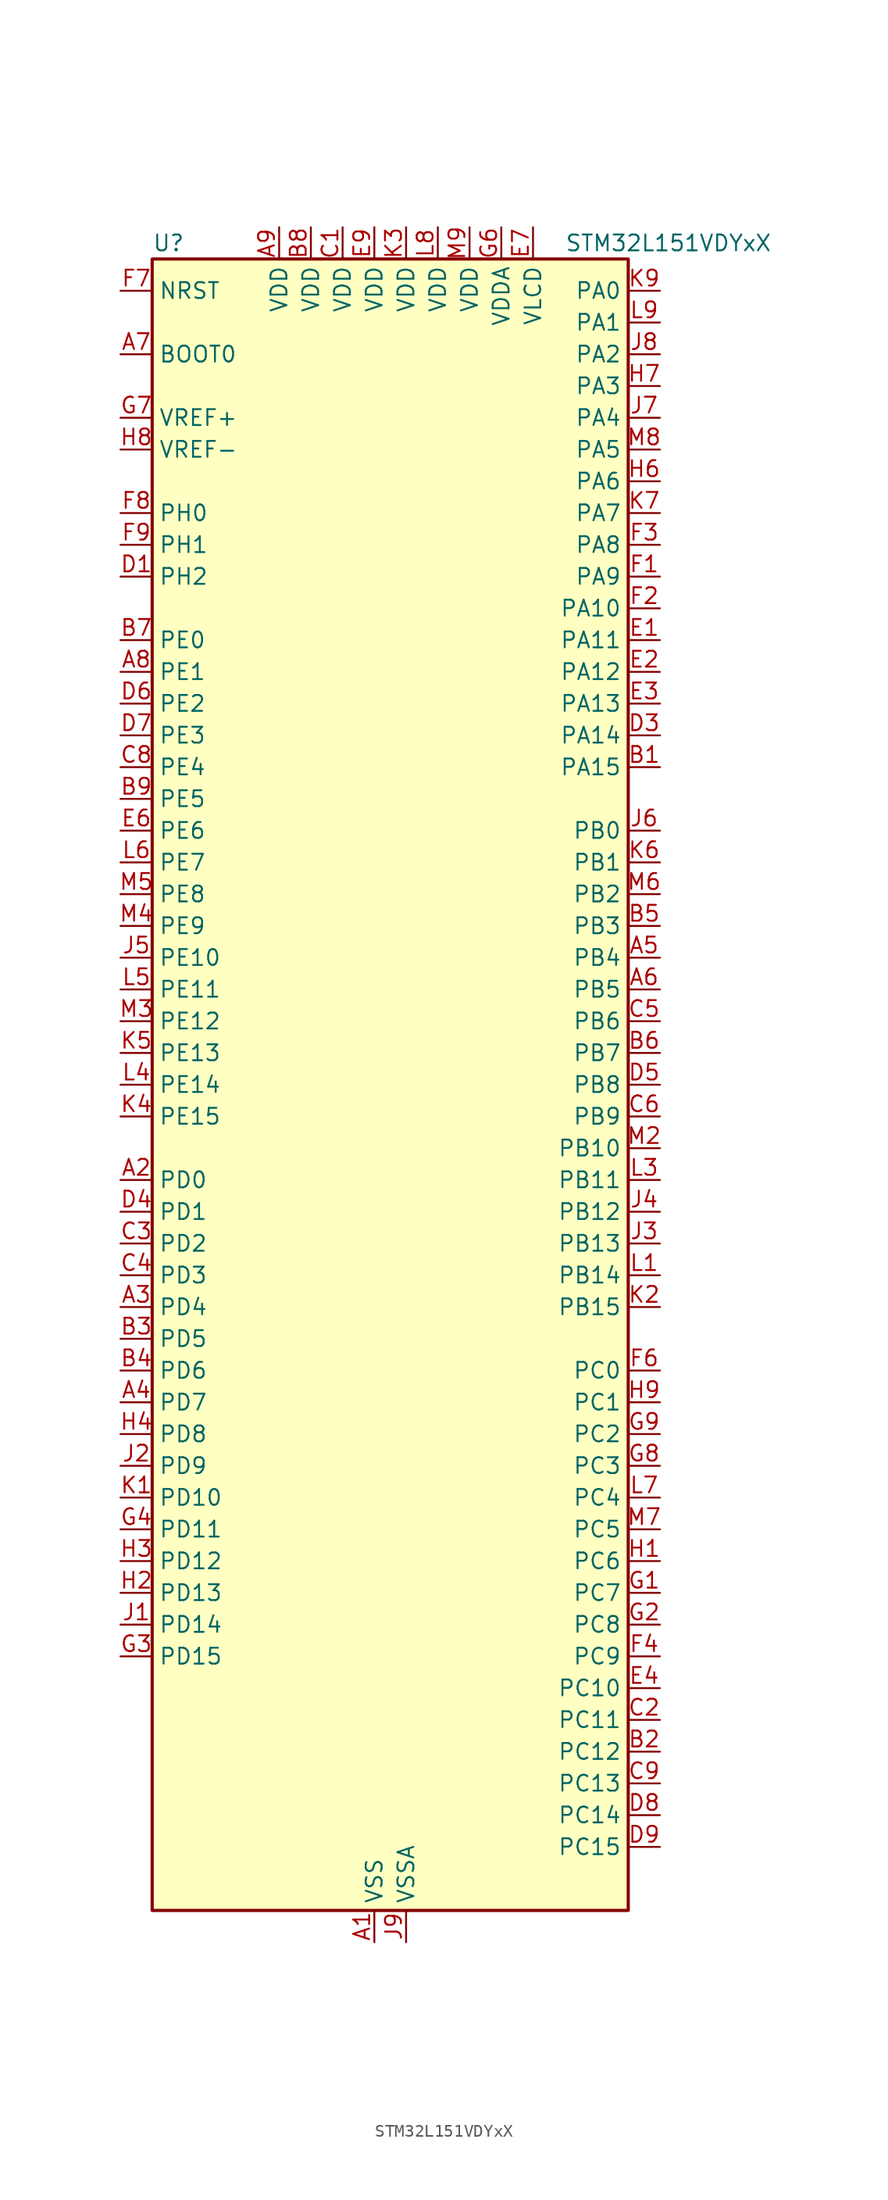
<source format=kicad_sym>
(kicad_symbol_lib
  (version 20220914)
  (generator kicad_symbol_editor)
  (symbol "STM32L151VDYxX"
    (property "Reference" "U"
      (at -17.78 67.31 0)
      (effects (font (size 1.27 1.27)) (justify left)))
    (property "Value" "STM32L151VDYxX"
      (at 15.24 67.31 0)
      (effects (font (size 1.27 1.27)) (justify left)))
    (property "ki_locked" ""
      (at 0 0 0)
      (effects (font (size 1.27 1.27))))
    (symbol "STM32L151VDYxX_0_1"
      (rectangle (start -17.78 -66.04) (end 20.32 66.04) (stroke (width 0.254) (type default)) (fill (type background))))
    (symbol "STM32L151VDYxX_1_1"
      (pin power_in line (at 0 -68.58 90) (length 2.54) (name "VSS" (effects (font (size 1.27 1.27)))) (number "A1" (effects (font (size 1.27 1.27)))))
      (pin bidirectional line (at -20.32 -7.62 0) (length 2.54) (name "PD0" (effects (font (size 1.27 1.27)))) (number "A2" (effects (font (size 1.27 1.27)))) (alternate "I2S2_WS" bidirectional line) (alternate "SPI2_NSS" bidirectional line) (alternate "TIM9_CH1" bidirectional line) (alternate "TIMX_IC1" bidirectional line))
      (pin bidirectional line (at -20.32 -17.78 0) (length 2.54) (name "PD4" (effects (font (size 1.27 1.27)))) (number "A3" (effects (font (size 1.27 1.27)))) (alternate "I2S2_SD" bidirectional line) (alternate "SPI2_MOSI" bidirectional line) (alternate "TIMX_IC1" bidirectional line) (alternate "USART2_RTS" bidirectional line))
      (pin bidirectional line (at -20.32 -25.4 0) (length 2.54) (name "PD7" (effects (font (size 1.27 1.27)))) (number "A4" (effects (font (size 1.27 1.27)))) (alternate "TIM9_CH2" bidirectional line) (alternate "TIMX_IC4" bidirectional line) (alternate "USART2_CK" bidirectional line))
      (pin bidirectional line (at 22.86 10.16 180) (length 2.54) (name "PB4" (effects (font (size 1.27 1.27)))) (number "A5" (effects (font (size 1.27 1.27)))) (alternate "COMP2_INP" bidirectional line) (alternate "SPI1_MISO" bidirectional line) (alternate "SPI3_MISO" bidirectional line) (alternate "SYS_JTRST" bidirectional line) (alternate "TIM3_CH1" bidirectional line) (alternate "TS_G6_IO1" bidirectional line))
      (pin bidirectional line (at 22.86 7.62 180) (length 2.54) (name "PB5" (effects (font (size 1.27 1.27)))) (number "A6" (effects (font (size 1.27 1.27)))) (alternate "COMP2_INP" bidirectional line) (alternate "I2C1_SMBA" bidirectional line) (alternate "I2S3_SD" bidirectional line) (alternate "SPI1_MOSI" bidirectional line) (alternate "SPI3_MOSI" bidirectional line) (alternate "TIM3_CH2" bidirectional line) (alternate "TS_G6_IO2" bidirectional line))
      (pin input line (at -20.32 58.42 0) (length 2.54) (name "BOOT0" (effects (font (size 1.27 1.27)))) (number "A7" (effects (font (size 1.27 1.27)))))
      (pin bidirectional line (at -20.32 33.02 0) (length 2.54) (name "PE1" (effects (font (size 1.27 1.27)))) (number "A8" (effects (font (size 1.27 1.27)))) (alternate "TIM11_CH1" bidirectional line) (alternate "TIMX_IC2" bidirectional line))
      (pin power_in line (at -7.62 68.58 270) (length 2.54) (name "VDD" (effects (font (size 1.27 1.27)))) (number "A9" (effects (font (size 1.27 1.27)))))
      (pin bidirectional line (at 22.86 25.4 180) (length 2.54) (name "PA15" (effects (font (size 1.27 1.27)))) (number "B1" (effects (font (size 1.27 1.27)))) (alternate "ADC_EXTI15" bidirectional line) (alternate "I2S3_WS" bidirectional line) (alternate "SPI1_NSS" bidirectional line) (alternate "SPI3_NSS" bidirectional line) (alternate "SYS_JTDI" bidirectional line) (alternate "TIM2_CH1" bidirectional line) (alternate "TIM2_ETR" bidirectional line) (alternate "TIMX_IC4" bidirectional line) (alternate "TS_G5_IO3" bidirectional line))
      (pin bidirectional line (at 22.86 -53.34 180) (length 2.54) (name "PC12" (effects (font (size 1.27 1.27)))) (number "B2" (effects (font (size 1.27 1.27)))) (alternate "I2S3_SD" bidirectional line) (alternate "SPI3_MOSI" bidirectional line) (alternate "TIMX_IC1" bidirectional line) (alternate "UART5_TX" bidirectional line) (alternate "USART3_CK" bidirectional line))
      (pin bidirectional line (at -20.32 -20.32 0) (length 2.54) (name "PD5" (effects (font (size 1.27 1.27)))) (number "B3" (effects (font (size 1.27 1.27)))) (alternate "TIMX_IC2" bidirectional line) (alternate "USART2_TX" bidirectional line))
      (pin bidirectional line (at -20.32 -22.86 0) (length 2.54) (name "PD6" (effects (font (size 1.27 1.27)))) (number "B4" (effects (font (size 1.27 1.27)))) (alternate "TIMX_IC3" bidirectional line) (alternate "USART2_RX" bidirectional line))
      (pin bidirectional line (at 22.86 12.7 180) (length 2.54) (name "PB3" (effects (font (size 1.27 1.27)))) (number "B5" (effects (font (size 1.27 1.27)))) (alternate "COMP2_INM" bidirectional line) (alternate "I2S3_CK" bidirectional line) (alternate "SPI1_SCK" bidirectional line) (alternate "SPI3_SCK" bidirectional line) (alternate "SYS_JTDO-TRACESWO" bidirectional line) (alternate "TIM2_CH2" bidirectional line))
      (pin bidirectional line (at 22.86 2.54 180) (length 2.54) (name "PB7" (effects (font (size 1.27 1.27)))) (number "B6" (effects (font (size 1.27 1.27)))) (alternate "COMP2_INP" bidirectional line) (alternate "I2C1_SDA" bidirectional line) (alternate "SYS_PVD_IN" bidirectional line) (alternate "TIM4_CH2" bidirectional line) (alternate "TS_G6_IO4" bidirectional line) (alternate "USART1_RX" bidirectional line))
      (pin bidirectional line (at -20.32 35.56 0) (length 2.54) (name "PE0" (effects (font (size 1.27 1.27)))) (number "B7" (effects (font (size 1.27 1.27)))) (alternate "TIM10_CH1" bidirectional line) (alternate "TIM4_ETR" bidirectional line) (alternate "TIMX_IC1" bidirectional line))
      (pin power_in line (at -5.08 68.58 270) (length 2.54) (name "VDD" (effects (font (size 1.27 1.27)))) (number "B8" (effects (font (size 1.27 1.27)))))
      (pin bidirectional line (at -20.32 22.86 0) (length 2.54) (name "PE5" (effects (font (size 1.27 1.27)))) (number "B9" (effects (font (size 1.27 1.27)))) (alternate "SYS_TRACED2" bidirectional line) (alternate "TIM9_CH1" bidirectional line) (alternate "TIMX_IC2" bidirectional line))
      (pin power_in line (at -2.54 68.58 270) (length 2.54) (name "VDD" (effects (font (size 1.27 1.27)))) (number "C1" (effects (font (size 1.27 1.27)))))
      (pin bidirectional line (at 22.86 -50.8 180) (length 2.54) (name "PC11" (effects (font (size 1.27 1.27)))) (number "C2" (effects (font (size 1.27 1.27)))) (alternate "ADC_EXTI11" bidirectional line) (alternate "SPI3_MISO" bidirectional line) (alternate "TIMX_IC4" bidirectional line) (alternate "UART4_RX" bidirectional line) (alternate "USART3_RX" bidirectional line))
      (pin bidirectional line (at -20.32 -12.7 0) (length 2.54) (name "PD2" (effects (font (size 1.27 1.27)))) (number "C3" (effects (font (size 1.27 1.27)))) (alternate "TIM3_ETR" bidirectional line) (alternate "TIMX_IC3" bidirectional line) (alternate "UART5_RX" bidirectional line))
      (pin bidirectional line (at -20.32 -15.24 0) (length 2.54) (name "PD3" (effects (font (size 1.27 1.27)))) (number "C4" (effects (font (size 1.27 1.27)))) (alternate "SPI2_MISO" bidirectional line) (alternate "TIMX_IC4" bidirectional line) (alternate "USART2_CTS" bidirectional line))
      (pin bidirectional line (at 22.86 5.08 180) (length 2.54) (name "PB6" (effects (font (size 1.27 1.27)))) (number "C5" (effects (font (size 1.27 1.27)))) (alternate "COMP2_INP" bidirectional line) (alternate "I2C1_SCL" bidirectional line) (alternate "TIM4_CH1" bidirectional line) (alternate "TS_G6_IO3" bidirectional line) (alternate "USART1_TX" bidirectional line))
      (pin bidirectional line (at 22.86 -2.54 180) (length 2.54) (name "PB9" (effects (font (size 1.27 1.27)))) (number "C6" (effects (font (size 1.27 1.27)))) (alternate "DAC_EXTI9" bidirectional line) (alternate "I2C1_SDA" bidirectional line) (alternate "TIM11_CH1" bidirectional line) (alternate "TIM4_CH4" bidirectional line))
      (pin passive line (at 0 -68.58 90) (length 2.54) hide (name "VSS" (effects (font (size 1.27 1.27)))) (number "C7" (effects (font (size 1.27 1.27)))))
      (pin bidirectional line (at -20.32 25.4 0) (length 2.54) (name "PE4" (effects (font (size 1.27 1.27)))) (number "C8" (effects (font (size 1.27 1.27)))) (alternate "SYS_TRACED1" bidirectional line) (alternate "TIM3_CH2" bidirectional line) (alternate "TIMX_IC1" bidirectional line))
      (pin bidirectional line (at 22.86 -55.88 180) (length 2.54) (name "PC13" (effects (font (size 1.27 1.27)))) (number "C9" (effects (font (size 1.27 1.27)))) (alternate "RTC_OUT_ALARM" bidirectional line) (alternate "RTC_OUT_CALIB" bidirectional line) (alternate "RTC_TAMP1" bidirectional line) (alternate "RTC_TS" bidirectional line) (alternate "SYS_WKUP2" bidirectional line) (alternate "TIMX_IC2" bidirectional line))
      (pin bidirectional line (at -20.32 40.64 0) (length 2.54) (name "PH2" (effects (font (size 1.27 1.27)))) (number "D1" (effects (font (size 1.27 1.27)))))
      (pin passive line (at 0 -68.58 90) (length 2.54) hide (name "VSS" (effects (font (size 1.27 1.27)))) (number "D2" (effects (font (size 1.27 1.27)))))
      (pin bidirectional line (at 22.86 27.94 180) (length 2.54) (name "PA14" (effects (font (size 1.27 1.27)))) (number "D3" (effects (font (size 1.27 1.27)))) (alternate "SYS_JTCK-SWCLK" bidirectional line) (alternate "TIMX_IC3" bidirectional line) (alternate "TS_G5_IO2" bidirectional line))
      (pin bidirectional line (at -20.32 -10.16 0) (length 2.54) (name "PD1" (effects (font (size 1.27 1.27)))) (number "D4" (effects (font (size 1.27 1.27)))) (alternate "I2S2_CK" bidirectional line) (alternate "SPI2_SCK" bidirectional line) (alternate "TIMX_IC2" bidirectional line))
      (pin bidirectional line (at 22.86 0 180) (length 2.54) (name "PB8" (effects (font (size 1.27 1.27)))) (number "D5" (effects (font (size 1.27 1.27)))) (alternate "I2C1_SCL" bidirectional line) (alternate "TIM10_CH1" bidirectional line) (alternate "TIM4_CH3" bidirectional line))
      (pin bidirectional line (at -20.32 30.48 0) (length 2.54) (name "PE2" (effects (font (size 1.27 1.27)))) (number "D6" (effects (font (size 1.27 1.27)))) (alternate "SYS_TRACECK" bidirectional line) (alternate "TIM3_ETR" bidirectional line) (alternate "TIMX_IC3" bidirectional line))
      (pin bidirectional line (at -20.32 27.94 0) (length 2.54) (name "PE3" (effects (font (size 1.27 1.27)))) (number "D7" (effects (font (size 1.27 1.27)))) (alternate "SYS_TRACED0" bidirectional line) (alternate "TIM3_CH1" bidirectional line) (alternate "TIMX_IC4" bidirectional line))
      (pin bidirectional line (at 22.86 -58.42 180) (length 2.54) (name "PC14" (effects (font (size 1.27 1.27)))) (number "D8" (effects (font (size 1.27 1.27)))) (alternate "RCC_OSC32_IN" bidirectional line) (alternate "TIMX_IC3" bidirectional line))
      (pin bidirectional line (at 22.86 -60.96 180) (length 2.54) (name "PC15" (effects (font (size 1.27 1.27)))) (number "D9" (effects (font (size 1.27 1.27)))) (alternate "ADC_EXTI15" bidirectional line) (alternate "RCC_OSC32_OUT" bidirectional line) (alternate "TIMX_IC4" bidirectional line))
      (pin bidirectional line (at 22.86 35.56 180) (length 2.54) (name "PA11" (effects (font (size 1.27 1.27)))) (number "E1" (effects (font (size 1.27 1.27)))) (alternate "ADC_EXTI11" bidirectional line) (alternate "SPI1_MISO" bidirectional line) (alternate "TIMX_IC4" bidirectional line) (alternate "USART1_CTS" bidirectional line) (alternate "USB_DM" bidirectional line))
      (pin bidirectional line (at 22.86 33.02 180) (length 2.54) (name "PA12" (effects (font (size 1.27 1.27)))) (number "E2" (effects (font (size 1.27 1.27)))) (alternate "SPI1_MOSI" bidirectional line) (alternate "TIMX_IC1" bidirectional line) (alternate "USART1_RTS" bidirectional line) (alternate "USB_DP" bidirectional line))
      (pin bidirectional line (at 22.86 30.48 180) (length 2.54) (name "PA13" (effects (font (size 1.27 1.27)))) (number "E3" (effects (font (size 1.27 1.27)))) (alternate "SYS_JTMS-SWDIO" bidirectional line) (alternate "TIMX_IC2" bidirectional line) (alternate "TS_G5_IO1" bidirectional line))
      (pin bidirectional line (at 22.86 -48.26 180) (length 2.54) (name "PC10" (effects (font (size 1.27 1.27)))) (number "E4" (effects (font (size 1.27 1.27)))) (alternate "I2S3_CK" bidirectional line) (alternate "SPI3_SCK" bidirectional line) (alternate "TIMX_IC3" bidirectional line) (alternate "UART4_TX" bidirectional line) (alternate "USART3_TX" bidirectional line))
      (pin bidirectional line (at -20.32 20.32 0) (length 2.54) (name "PE6" (effects (font (size 1.27 1.27)))) (number "E6" (effects (font (size 1.27 1.27)))) (alternate "RTC_TAMP3" bidirectional line) (alternate "SYS_TRACED3" bidirectional line) (alternate "SYS_WKUP3" bidirectional line) (alternate "TIM9_CH2" bidirectional line) (alternate "TIMX_IC3" bidirectional line))
      (pin power_in line (at 12.7 68.58 270) (length 2.54) (name "VLCD" (effects (font (size 1.27 1.27)))) (number "E7" (effects (font (size 1.27 1.27)))))
      (pin passive line (at 0 -68.58 90) (length 2.54) hide (name "VSS" (effects (font (size 1.27 1.27)))) (number "E8" (effects (font (size 1.27 1.27)))))
      (pin power_in line (at 0 68.58 270) (length 2.54) (name "VDD" (effects (font (size 1.27 1.27)))) (number "E9" (effects (font (size 1.27 1.27)))))
      (pin bidirectional line (at 22.86 40.64 180) (length 2.54) (name "PA9" (effects (font (size 1.27 1.27)))) (number "F1" (effects (font (size 1.27 1.27)))) (alternate "DAC_EXTI9" bidirectional line) (alternate "TIMX_IC2" bidirectional line) (alternate "TS_G4_IO2" bidirectional line) (alternate "USART1_TX" bidirectional line))
      (pin bidirectional line (at 22.86 38.1 180) (length 2.54) (name "PA10" (effects (font (size 1.27 1.27)))) (number "F2" (effects (font (size 1.27 1.27)))) (alternate "TIMX_IC3" bidirectional line) (alternate "TS_G4_IO3" bidirectional line) (alternate "USART1_RX" bidirectional line))
      (pin bidirectional line (at 22.86 43.18 180) (length 2.54) (name "PA8" (effects (font (size 1.27 1.27)))) (number "F3" (effects (font (size 1.27 1.27)))) (alternate "RCC_MCO" bidirectional line) (alternate "TIMX_IC1" bidirectional line) (alternate "TS_G4_IO1" bidirectional line) (alternate "USART1_CK" bidirectional line))
      (pin bidirectional line (at 22.86 -45.72 180) (length 2.54) (name "PC9" (effects (font (size 1.27 1.27)))) (number "F4" (effects (font (size 1.27 1.27)))) (alternate "DAC_EXTI9" bidirectional line) (alternate "TIM3_CH4" bidirectional line) (alternate "TIMX_IC2" bidirectional line) (alternate "TS_G10_IO4" bidirectional line))
      (pin bidirectional line (at 22.86 -22.86 180) (length 2.54) (name "PC0" (effects (font (size 1.27 1.27)))) (number "F6" (effects (font (size 1.27 1.27)))) (alternate "ADC_IN10" bidirectional line) (alternate "COMP1_INP" bidirectional line) (alternate "TIMX_IC1" bidirectional line) (alternate "TS_G8_IO1" bidirectional line))
      (pin input line (at -20.32 63.5 0) (length 2.54) (name "NRST" (effects (font (size 1.27 1.27)))) (number "F7" (effects (font (size 1.27 1.27)))))
      (pin bidirectional line (at -20.32 45.72 0) (length 2.54) (name "PH0" (effects (font (size 1.27 1.27)))) (number "F8" (effects (font (size 1.27 1.27)))) (alternate "RCC_OSC_IN" bidirectional line))
      (pin bidirectional line (at -20.32 43.18 0) (length 2.54) (name "PH1" (effects (font (size 1.27 1.27)))) (number "F9" (effects (font (size 1.27 1.27)))) (alternate "RCC_OSC_OUT" bidirectional line))
      (pin bidirectional line (at 22.86 -40.64 180) (length 2.54) (name "PC7" (effects (font (size 1.27 1.27)))) (number "G1" (effects (font (size 1.27 1.27)))) (alternate "I2S3_MCK" bidirectional line) (alternate "TIM3_CH2" bidirectional line) (alternate "TIMX_IC4" bidirectional line) (alternate "TS_G10_IO2" bidirectional line))
      (pin bidirectional line (at 22.86 -43.18 180) (length 2.54) (name "PC8" (effects (font (size 1.27 1.27)))) (number "G2" (effects (font (size 1.27 1.27)))) (alternate "TIM3_CH3" bidirectional line) (alternate "TIMX_IC1" bidirectional line) (alternate "TS_G10_IO3" bidirectional line))
      (pin bidirectional line (at -20.32 -45.72 0) (length 2.54) (name "PD15" (effects (font (size 1.27 1.27)))) (number "G3" (effects (font (size 1.27 1.27)))) (alternate "ADC_EXTI15" bidirectional line) (alternate "TIM4_CH4" bidirectional line) (alternate "TIMX_IC4" bidirectional line))
      (pin bidirectional line (at -20.32 -35.56 0) (length 2.54) (name "PD11" (effects (font (size 1.27 1.27)))) (number "G4" (effects (font (size 1.27 1.27)))) (alternate "ADC_EXTI11" bidirectional line) (alternate "TIMX_IC4" bidirectional line) (alternate "USART3_CTS" bidirectional line))
      (pin power_in line (at 10.16 68.58 270) (length 2.54) (name "VDDA" (effects (font (size 1.27 1.27)))) (number "G6" (effects (font (size 1.27 1.27)))))
      (pin input line (at -20.32 53.34 0) (length 2.54) (name "VREF+" (effects (font (size 1.27 1.27)))) (number "G7" (effects (font (size 1.27 1.27)))))
      (pin bidirectional line (at 22.86 -30.48 180) (length 2.54) (name "PC3" (effects (font (size 1.27 1.27)))) (number "G8" (effects (font (size 1.27 1.27)))) (alternate "ADC_IN13" bidirectional line) (alternate "COMP1_INP" bidirectional line) (alternate "TIMX_IC4" bidirectional line) (alternate "TS_G8_IO4" bidirectional line))
      (pin bidirectional line (at 22.86 -27.94 180) (length 2.54) (name "PC2" (effects (font (size 1.27 1.27)))) (number "G9" (effects (font (size 1.27 1.27)))) (alternate "ADC_IN12" bidirectional line) (alternate "COMP1_INP" bidirectional line) (alternate "TIMX_IC3" bidirectional line) (alternate "TS_G8_IO3" bidirectional line))
      (pin bidirectional line (at 22.86 -38.1 180) (length 2.54) (name "PC6" (effects (font (size 1.27 1.27)))) (number "H1" (effects (font (size 1.27 1.27)))) (alternate "I2S2_MCK" bidirectional line) (alternate "TIM3_CH1" bidirectional line) (alternate "TIMX_IC3" bidirectional line) (alternate "TS_G10_IO1" bidirectional line))
      (pin bidirectional line (at -20.32 -40.64 0) (length 2.54) (name "PD13" (effects (font (size 1.27 1.27)))) (number "H2" (effects (font (size 1.27 1.27)))) (alternate "TIM4_CH2" bidirectional line) (alternate "TIMX_IC2" bidirectional line))
      (pin bidirectional line (at -20.32 -38.1 0) (length 2.54) (name "PD12" (effects (font (size 1.27 1.27)))) (number "H3" (effects (font (size 1.27 1.27)))) (alternate "TIM4_CH1" bidirectional line) (alternate "TIMX_IC1" bidirectional line) (alternate "USART3_RTS" bidirectional line))
      (pin bidirectional line (at -20.32 -27.94 0) (length 2.54) (name "PD8" (effects (font (size 1.27 1.27)))) (number "H4" (effects (font (size 1.27 1.27)))) (alternate "TIMX_IC1" bidirectional line) (alternate "USART3_TX" bidirectional line))
      (pin bidirectional line (at 22.86 48.26 180) (length 2.54) (name "PA6" (effects (font (size 1.27 1.27)))) (number "H6" (effects (font (size 1.27 1.27)))) (alternate "ADC_IN6" bidirectional line) (alternate "COMP1_INP" bidirectional line) (alternate "OPAMP2_VINP" bidirectional line) (alternate "SPI1_MISO" bidirectional line) (alternate "TIM10_CH1" bidirectional line) (alternate "TIM3_CH1" bidirectional line) (alternate "TIMX_IC3" bidirectional line) (alternate "TS_G2_IO1" bidirectional line))
      (pin bidirectional line (at 22.86 55.88 180) (length 2.54) (name "PA3" (effects (font (size 1.27 1.27)))) (number "H7" (effects (font (size 1.27 1.27)))) (alternate "ADC_IN3" bidirectional line) (alternate "COMP1_INP" bidirectional line) (alternate "OPAMP1_VOUT" bidirectional line) (alternate "TIM2_CH4" bidirectional line) (alternate "TIM5_CH4" bidirectional line) (alternate "TIM9_CH2" bidirectional line) (alternate "TIMX_IC4" bidirectional line) (alternate "TS_G1_IO4" bidirectional line) (alternate "USART2_RX" bidirectional line))
      (pin input line (at -20.32 50.8 0) (length 2.54) (name "VREF-" (effects (font (size 1.27 1.27)))) (number "H8" (effects (font (size 1.27 1.27)))))
      (pin bidirectional line (at 22.86 -25.4 180) (length 2.54) (name "PC1" (effects (font (size 1.27 1.27)))) (number "H9" (effects (font (size 1.27 1.27)))) (alternate "ADC_IN11" bidirectional line) (alternate "COMP1_INP" bidirectional line) (alternate "TIMX_IC2" bidirectional line) (alternate "TS_G8_IO2" bidirectional line))
      (pin bidirectional line (at -20.32 -43.18 0) (length 2.54) (name "PD14" (effects (font (size 1.27 1.27)))) (number "J1" (effects (font (size 1.27 1.27)))) (alternate "TIM4_CH3" bidirectional line) (alternate "TIMX_IC3" bidirectional line))
      (pin bidirectional line (at -20.32 -30.48 0) (length 2.54) (name "PD9" (effects (font (size 1.27 1.27)))) (number "J2" (effects (font (size 1.27 1.27)))) (alternate "DAC_EXTI9" bidirectional line) (alternate "TIMX_IC2" bidirectional line) (alternate "USART3_RX" bidirectional line))
      (pin bidirectional line (at 22.86 -12.7 180) (length 2.54) (name "PB13" (effects (font (size 1.27 1.27)))) (number "J3" (effects (font (size 1.27 1.27)))) (alternate "ADC_IN19" bidirectional line) (alternate "COMP1_INP" bidirectional line) (alternate "I2S2_CK" bidirectional line) (alternate "SPI2_SCK" bidirectional line) (alternate "TIM9_CH1" bidirectional line) (alternate "TS_G7_IO2" bidirectional line) (alternate "USART3_CTS" bidirectional line))
      (pin bidirectional line (at 22.86 -10.16 180) (length 2.54) (name "PB12" (effects (font (size 1.27 1.27)))) (number "J4" (effects (font (size 1.27 1.27)))) (alternate "ADC_IN18" bidirectional line) (alternate "COMP1_INP" bidirectional line) (alternate "I2C2_SMBA" bidirectional line) (alternate "I2S2_WS" bidirectional line) (alternate "SPI2_NSS" bidirectional line) (alternate "TIM10_CH1" bidirectional line) (alternate "TS_G7_IO1" bidirectional line) (alternate "USART3_CK" bidirectional line))
      (pin bidirectional line (at -20.32 10.16 0) (length 2.54) (name "PE10" (effects (font (size 1.27 1.27)))) (number "J5" (effects (font (size 1.27 1.27)))) (alternate "ADC_IN25" bidirectional line) (alternate "COMP1_INP" bidirectional line) (alternate "TIM2_CH2" bidirectional line) (alternate "TIMX_IC3" bidirectional line))
      (pin bidirectional line (at 22.86 20.32 180) (length 2.54) (name "PB0" (effects (font (size 1.27 1.27)))) (number "J6" (effects (font (size 1.27 1.27)))) (alternate "ADC_IN8" bidirectional line) (alternate "COMP1_INP" bidirectional line) (alternate "OPAMP2_VOUT" bidirectional line) (alternate "SYS_V_REF_OUT" bidirectional line) (alternate "TIM3_CH3" bidirectional line) (alternate "TS_G3_IO1" bidirectional line))
      (pin bidirectional line (at 22.86 53.34 180) (length 2.54) (name "PA4" (effects (font (size 1.27 1.27)))) (number "J7" (effects (font (size 1.27 1.27)))) (alternate "ADC_IN4" bidirectional line) (alternate "COMP1_INP" bidirectional line) (alternate "DAC_OUT1" bidirectional line) (alternate "I2S3_WS" bidirectional line) (alternate "SPI1_NSS" bidirectional line) (alternate "SPI3_NSS" bidirectional line) (alternate "TIMX_IC1" bidirectional line) (alternate "USART2_CK" bidirectional line))
      (pin bidirectional line (at 22.86 58.42 180) (length 2.54) (name "PA2" (effects (font (size 1.27 1.27)))) (number "J8" (effects (font (size 1.27 1.27)))) (alternate "ADC_IN2" bidirectional line) (alternate "COMP1_INP" bidirectional line) (alternate "OPAMP1_VINM" bidirectional line) (alternate "TIM2_CH3" bidirectional line) (alternate "TIM5_CH3" bidirectional line) (alternate "TIM9_CH1" bidirectional line) (alternate "TIMX_IC3" bidirectional line) (alternate "TS_G1_IO3" bidirectional line) (alternate "USART2_TX" bidirectional line))
      (pin power_in line (at 2.54 -68.58 90) (length 2.54) (name "VSSA" (effects (font (size 1.27 1.27)))) (number "J9" (effects (font (size 1.27 1.27)))))
      (pin bidirectional line (at -20.32 -33.02 0) (length 2.54) (name "PD10" (effects (font (size 1.27 1.27)))) (number "K1" (effects (font (size 1.27 1.27)))) (alternate "TIMX_IC3" bidirectional line) (alternate "USART3_CK" bidirectional line))
      (pin bidirectional line (at 22.86 -17.78 180) (length 2.54) (name "PB15" (effects (font (size 1.27 1.27)))) (number "K2" (effects (font (size 1.27 1.27)))) (alternate "ADC_EXTI15" bidirectional line) (alternate "ADC_IN21" bidirectional line) (alternate "COMP1_INP" bidirectional line) (alternate "I2S2_SD" bidirectional line) (alternate "RTC_REFIN" bidirectional line) (alternate "SPI2_MOSI" bidirectional line) (alternate "TIM11_CH1" bidirectional line) (alternate "TS_G7_IO4" bidirectional line))
      (pin power_in line (at 2.54 68.58 270) (length 2.54) (name "VDD" (effects (font (size 1.27 1.27)))) (number "K3" (effects (font (size 1.27 1.27)))))
      (pin bidirectional line (at -20.32 -2.54 0) (length 2.54) (name "PE15" (effects (font (size 1.27 1.27)))) (number "K4" (effects (font (size 1.27 1.27)))) (alternate "ADC_EXTI15" bidirectional line) (alternate "SPI1_MOSI" bidirectional line) (alternate "TIMX_IC4" bidirectional line))
      (pin bidirectional line (at -20.32 2.54 0) (length 2.54) (name "PE13" (effects (font (size 1.27 1.27)))) (number "K5" (effects (font (size 1.27 1.27)))) (alternate "SPI1_SCK" bidirectional line) (alternate "TIMX_IC2" bidirectional line))
      (pin bidirectional line (at 22.86 17.78 180) (length 2.54) (name "PB1" (effects (font (size 1.27 1.27)))) (number "K6" (effects (font (size 1.27 1.27)))) (alternate "ADC_IN9" bidirectional line) (alternate "COMP1_INP" bidirectional line) (alternate "SYS_V_REF_OUT" bidirectional line) (alternate "TIM3_CH4" bidirectional line) (alternate "TS_G3_IO2" bidirectional line))
      (pin bidirectional line (at 22.86 45.72 180) (length 2.54) (name "PA7" (effects (font (size 1.27 1.27)))) (number "K7" (effects (font (size 1.27 1.27)))) (alternate "ADC_IN7" bidirectional line) (alternate "COMP1_INP" bidirectional line) (alternate "OPAMP2_VINM" bidirectional line) (alternate "SPI1_MOSI" bidirectional line) (alternate "TIM11_CH1" bidirectional line) (alternate "TIM3_CH2" bidirectional line) (alternate "TIMX_IC4" bidirectional line) (alternate "TS_G2_IO2" bidirectional line))
      (pin passive line (at 0 -68.58 90) (length 2.54) hide (name "VSS" (effects (font (size 1.27 1.27)))) (number "K8" (effects (font (size 1.27 1.27)))))
      (pin bidirectional line (at 22.86 63.5 180) (length 2.54) (name "PA0" (effects (font (size 1.27 1.27)))) (number "K9" (effects (font (size 1.27 1.27)))) (alternate "ADC_IN0" bidirectional line) (alternate "COMP1_INP" bidirectional line) (alternate "RTC_TAMP2" bidirectional line) (alternate "SYS_WKUP1" bidirectional line) (alternate "TIM2_CH1" bidirectional line) (alternate "TIM2_ETR" bidirectional line) (alternate "TIM5_CH1" bidirectional line) (alternate "TIMX_IC1" bidirectional line) (alternate "TS_G1_IO1" bidirectional line) (alternate "USART2_CTS" bidirectional line))
      (pin bidirectional line (at 22.86 -15.24 180) (length 2.54) (name "PB14" (effects (font (size 1.27 1.27)))) (number "L1" (effects (font (size 1.27 1.27)))) (alternate "ADC_IN20" bidirectional line) (alternate "COMP1_INP" bidirectional line) (alternate "SPI2_MISO" bidirectional line) (alternate "TIM9_CH2" bidirectional line) (alternate "TS_G7_IO3" bidirectional line) (alternate "USART3_RTS" bidirectional line))
      (pin passive line (at 0 -68.58 90) (length 2.54) hide (name "VSS" (effects (font (size 1.27 1.27)))) (number "L2" (effects (font (size 1.27 1.27)))))
      (pin bidirectional line (at 22.86 -7.62 180) (length 2.54) (name "PB11" (effects (font (size 1.27 1.27)))) (number "L3" (effects (font (size 1.27 1.27)))) (alternate "ADC_EXTI11" bidirectional line) (alternate "I2C2_SDA" bidirectional line) (alternate "TIM2_CH4" bidirectional line) (alternate "USART3_RX" bidirectional line))
      (pin bidirectional line (at -20.32 0 0) (length 2.54) (name "PE14" (effects (font (size 1.27 1.27)))) (number "L4" (effects (font (size 1.27 1.27)))) (alternate "SPI1_MISO" bidirectional line) (alternate "TIMX_IC3" bidirectional line))
      (pin bidirectional line (at -20.32 7.62 0) (length 2.54) (name "PE11" (effects (font (size 1.27 1.27)))) (number "L5" (effects (font (size 1.27 1.27)))) (alternate "ADC_EXTI11" bidirectional line) (alternate "TIM2_CH3" bidirectional line) (alternate "TIMX_IC4" bidirectional line))
      (pin bidirectional line (at -20.32 17.78 0) (length 2.54) (name "PE7" (effects (font (size 1.27 1.27)))) (number "L6" (effects (font (size 1.27 1.27)))) (alternate "ADC_IN22" bidirectional line) (alternate "COMP1_INP" bidirectional line) (alternate "TIMX_IC4" bidirectional line))
      (pin bidirectional line (at 22.86 -33.02 180) (length 2.54) (name "PC4" (effects (font (size 1.27 1.27)))) (number "L7" (effects (font (size 1.27 1.27)))) (alternate "ADC_IN14" bidirectional line) (alternate "COMP1_INP" bidirectional line) (alternate "TIMX_IC1" bidirectional line) (alternate "TS_G9_IO1" bidirectional line))
      (pin power_in line (at 5.08 68.58 270) (length 2.54) (name "VDD" (effects (font (size 1.27 1.27)))) (number "L8" (effects (font (size 1.27 1.27)))))
      (pin bidirectional line (at 22.86 60.96 180) (length 2.54) (name "PA1" (effects (font (size 1.27 1.27)))) (number "L9" (effects (font (size 1.27 1.27)))) (alternate "ADC_IN1" bidirectional line) (alternate "COMP1_INP" bidirectional line) (alternate "OPAMP1_VINP" bidirectional line) (alternate "TIM2_CH2" bidirectional line) (alternate "TIM5_CH2" bidirectional line) (alternate "TIMX_IC2" bidirectional line) (alternate "TS_G1_IO2" bidirectional line) (alternate "USART2_RTS" bidirectional line))
      (pin passive line (at 0 -68.58 90) (length 2.54) hide (name "VSS" (effects (font (size 1.27 1.27)))) (number "M1" (effects (font (size 1.27 1.27)))))
      (pin bidirectional line (at 22.86 -5.08 180) (length 2.54) (name "PB10" (effects (font (size 1.27 1.27)))) (number "M2" (effects (font (size 1.27 1.27)))) (alternate "I2C2_SCL" bidirectional line) (alternate "TIM2_CH3" bidirectional line) (alternate "USART3_TX" bidirectional line))
      (pin bidirectional line (at -20.32 5.08 0) (length 2.54) (name "PE12" (effects (font (size 1.27 1.27)))) (number "M3" (effects (font (size 1.27 1.27)))) (alternate "SPI1_NSS" bidirectional line) (alternate "TIM2_CH4" bidirectional line) (alternate "TIMX_IC1" bidirectional line))
      (pin bidirectional line (at -20.32 12.7 0) (length 2.54) (name "PE9" (effects (font (size 1.27 1.27)))) (number "M4" (effects (font (size 1.27 1.27)))) (alternate "ADC_IN24" bidirectional line) (alternate "COMP1_INP" bidirectional line) (alternate "DAC_EXTI9" bidirectional line) (alternate "TIM2_CH1" bidirectional line) (alternate "TIM2_ETR" bidirectional line) (alternate "TIMX_IC2" bidirectional line))
      (pin bidirectional line (at -20.32 15.24 0) (length 2.54) (name "PE8" (effects (font (size 1.27 1.27)))) (number "M5" (effects (font (size 1.27 1.27)))) (alternate "ADC_IN23" bidirectional line) (alternate "COMP1_INP" bidirectional line) (alternate "TIMX_IC1" bidirectional line))
      (pin bidirectional line (at 22.86 15.24 180) (length 2.54) (name "PB2" (effects (font (size 1.27 1.27)))) (number "M6" (effects (font (size 1.27 1.27)))) (alternate "ADC_IN0b" bidirectional line) (alternate "TS_G3_IO3" bidirectional line))
      (pin bidirectional line (at 22.86 -35.56 180) (length 2.54) (name "PC5" (effects (font (size 1.27 1.27)))) (number "M7" (effects (font (size 1.27 1.27)))) (alternate "ADC_IN15" bidirectional line) (alternate "COMP1_INP" bidirectional line) (alternate "TIMX_IC2" bidirectional line) (alternate "TS_G9_IO2" bidirectional line))
      (pin bidirectional line (at 22.86 50.8 180) (length 2.54) (name "PA5" (effects (font (size 1.27 1.27)))) (number "M8" (effects (font (size 1.27 1.27)))) (alternate "ADC_IN5" bidirectional line) (alternate "COMP1_INP" bidirectional line) (alternate "DAC_OUT2" bidirectional line) (alternate "SPI1_SCK" bidirectional line) (alternate "TIM2_CH1" bidirectional line) (alternate "TIM2_ETR" bidirectional line) (alternate "TIMX_IC2" bidirectional line))
      (pin power_in line (at 7.62 68.58 270) (length 2.54) (name "VDD" (effects (font (size 1.27 1.27)))) (number "M9" (effects (font (size 1.27 1.27))))))))
</source>
